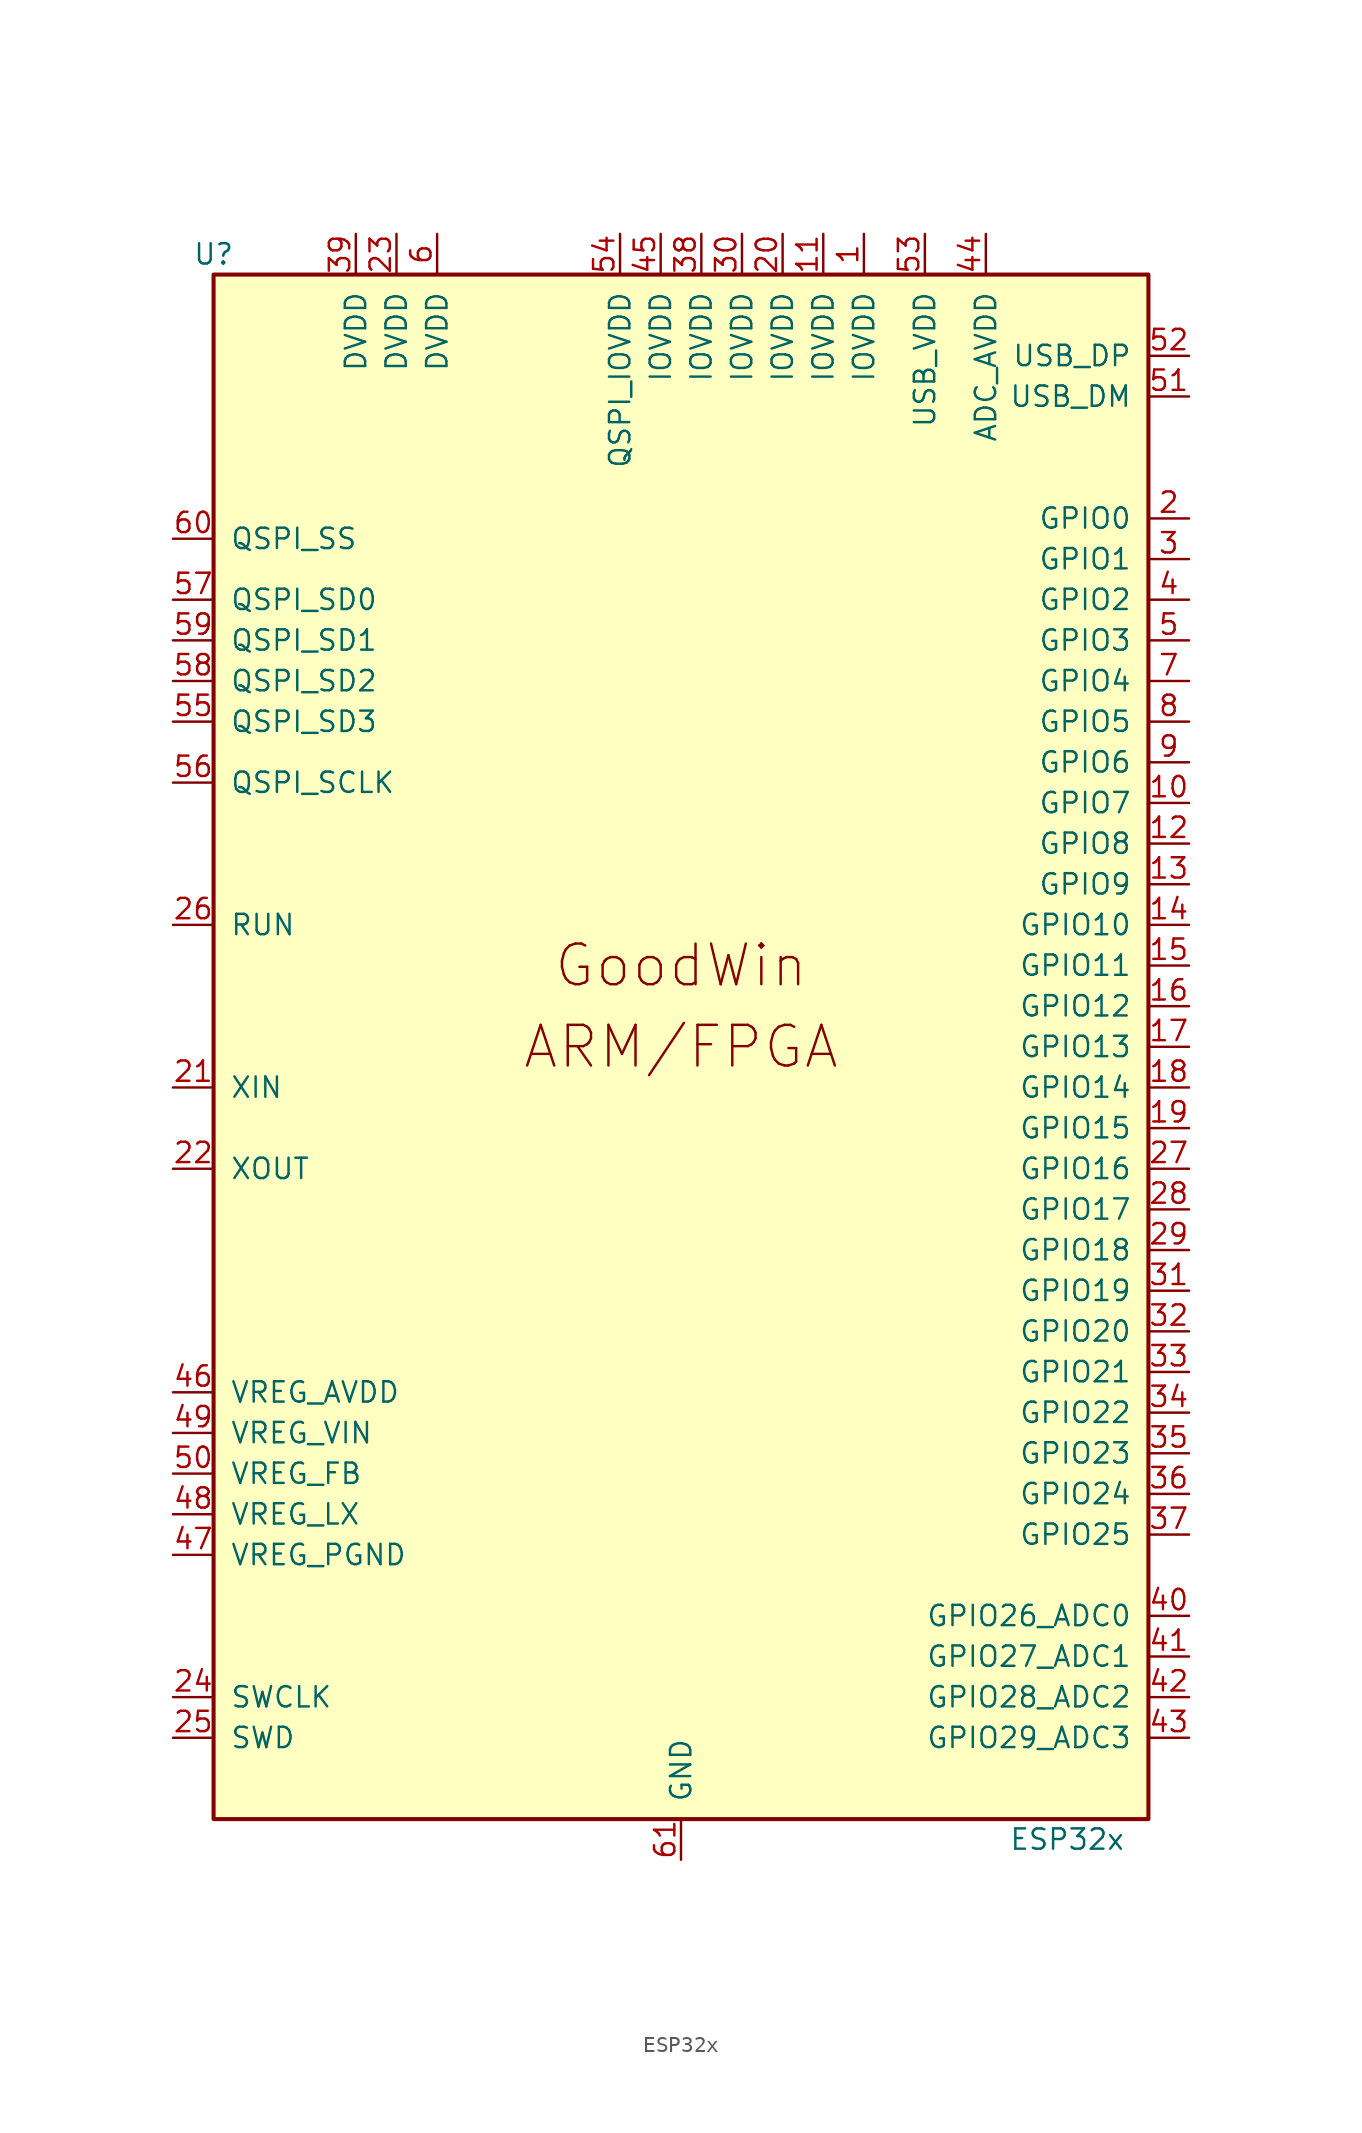
<source format=kicad_sym>
(kicad_symbol_lib
  (version 20231120)
  (generator "kicad_symbol_editor")
  (generator_version "8.0")
  (symbol "ESP32x"
    (pin_names
      (offset 1.016))
    (property "Reference" "U"
      (at -29.21 49.53 0)
      (effects (font (size 1.27 1.27))))
    (property "Value" "ESP32x"
      (at 24.13 -49.53 0)
      (effects (font (size 1.27 1.27))))
    (symbol "ESP32x_0_1"
      (rectangle (start -29.21 48.26) (end 29.21 -48.26) (stroke (width 0.254) (type solid)) (fill (type background))))
    (symbol "ESP32x_1_0"
      (text "ARM/FPGA" (at 0 0 0) (effects (font (size 2.54 2.54))))
      (text "GoodWin" (at 0 5.08 0) (effects (font (size 2.54 2.54)))))
    (symbol "ESP32x_1_1"
      (pin power_in line (at 11.43 50.8 270) (length 2.54) (name "IOVDD" (effects (font (size 1.27 1.27)))) (number "1" (effects (font (size 1.27 1.27)))))
      (pin bidirectional line (at 31.75 15.24 180) (length 2.54) (name "GPIO7" (effects (font (size 1.27 1.27)))) (number "10" (effects (font (size 1.27 1.27)))))
      (pin power_in line (at 8.89 50.8 270) (length 2.54) (name "IOVDD" (effects (font (size 1.27 1.27)))) (number "11" (effects (font (size 1.27 1.27)))))
      (pin bidirectional line (at 31.75 12.7 180) (length 2.54) (name "GPIO8" (effects (font (size 1.27 1.27)))) (number "12" (effects (font (size 1.27 1.27)))))
      (pin bidirectional line (at 31.75 10.16 180) (length 2.54) (name "GPIO9" (effects (font (size 1.27 1.27)))) (number "13" (effects (font (size 1.27 1.27)))))
      (pin bidirectional line (at 31.75 7.62 180) (length 2.54) (name "GPIO10" (effects (font (size 1.27 1.27)))) (number "14" (effects (font (size 1.27 1.27)))))
      (pin bidirectional line (at 31.75 5.08 180) (length 2.54) (name "GPIO11" (effects (font (size 1.27 1.27)))) (number "15" (effects (font (size 1.27 1.27)))))
      (pin bidirectional line (at 31.75 2.54 180) (length 2.54) (name "GPIO12" (effects (font (size 1.27 1.27)))) (number "16" (effects (font (size 1.27 1.27)))))
      (pin bidirectional line (at 31.75 0 180) (length 2.54) (name "GPIO13" (effects (font (size 1.27 1.27)))) (number "17" (effects (font (size 1.27 1.27)))))
      (pin bidirectional line (at 31.75 -2.54 180) (length 2.54) (name "GPIO14" (effects (font (size 1.27 1.27)))) (number "18" (effects (font (size 1.27 1.27)))))
      (pin bidirectional line (at 31.75 -5.08 180) (length 2.54) (name "GPIO15" (effects (font (size 1.27 1.27)))) (number "19" (effects (font (size 1.27 1.27)))))
      (pin bidirectional line (at 31.75 33.02 180) (length 2.54) (name "GPIO0" (effects (font (size 1.27 1.27)))) (number "2" (effects (font (size 1.27 1.27)))))
      (pin power_in line (at 6.35 50.8 270) (length 2.54) (name "IOVDD" (effects (font (size 1.27 1.27)))) (number "20" (effects (font (size 1.27 1.27)))))
      (pin input line (at -31.75 -2.54 0) (length 2.54) (name "XIN" (effects (font (size 1.27 1.27)))) (number "21" (effects (font (size 1.27 1.27)))))
      (pin passive line (at -31.75 -7.62 0) (length 2.54) (name "XOUT" (effects (font (size 1.27 1.27)))) (number "22" (effects (font (size 1.27 1.27)))))
      (pin power_in line (at -17.78 50.8 270) (length 2.54) (name "DVDD" (effects (font (size 1.27 1.27)))) (number "23" (effects (font (size 1.27 1.27)))))
      (pin output line (at -31.75 -40.64 0) (length 2.54) (name "SWCLK" (effects (font (size 1.27 1.27)))) (number "24" (effects (font (size 1.27 1.27)))))
      (pin bidirectional line (at -31.75 -43.18 0) (length 2.54) (name "SWD" (effects (font (size 1.27 1.27)))) (number "25" (effects (font (size 1.27 1.27)))))
      (pin input line (at -31.75 7.62 0) (length 2.54) (name "RUN" (effects (font (size 1.27 1.27)))) (number "26" (effects (font (size 1.27 1.27)))))
      (pin bidirectional line (at 31.75 -7.62 180) (length 2.54) (name "GPIO16" (effects (font (size 1.27 1.27)))) (number "27" (effects (font (size 1.27 1.27)))))
      (pin bidirectional line (at 31.75 -10.16 180) (length 2.54) (name "GPIO17" (effects (font (size 1.27 1.27)))) (number "28" (effects (font (size 1.27 1.27)))))
      (pin bidirectional line (at 31.75 -12.7 180) (length 2.54) (name "GPIO18" (effects (font (size 1.27 1.27)))) (number "29" (effects (font (size 1.27 1.27)))))
      (pin bidirectional line (at 31.75 30.48 180) (length 2.54) (name "GPIO1" (effects (font (size 1.27 1.27)))) (number "3" (effects (font (size 1.27 1.27)))))
      (pin power_in line (at 3.81 50.8 270) (length 2.54) (name "IOVDD" (effects (font (size 1.27 1.27)))) (number "30" (effects (font (size 1.27 1.27)))))
      (pin bidirectional line (at 31.75 -15.24 180) (length 2.54) (name "GPIO19" (effects (font (size 1.27 1.27)))) (number "31" (effects (font (size 1.27 1.27)))))
      (pin bidirectional line (at 31.75 -17.78 180) (length 2.54) (name "GPIO20" (effects (font (size 1.27 1.27)))) (number "32" (effects (font (size 1.27 1.27)))))
      (pin bidirectional line (at 31.75 -20.32 180) (length 2.54) (name "GPIO21" (effects (font (size 1.27 1.27)))) (number "33" (effects (font (size 1.27 1.27)))))
      (pin bidirectional line (at 31.75 -22.86 180) (length 2.54) (name "GPIO22" (effects (font (size 1.27 1.27)))) (number "34" (effects (font (size 1.27 1.27)))))
      (pin bidirectional line (at 31.75 -25.4 180) (length 2.54) (name "GPIO23" (effects (font (size 1.27 1.27)))) (number "35" (effects (font (size 1.27 1.27)))))
      (pin bidirectional line (at 31.75 -27.94 180) (length 2.54) (name "GPIO24" (effects (font (size 1.27 1.27)))) (number "36" (effects (font (size 1.27 1.27)))))
      (pin bidirectional line (at 31.75 -30.48 180) (length 2.54) (name "GPIO25" (effects (font (size 1.27 1.27)))) (number "37" (effects (font (size 1.27 1.27)))))
      (pin power_in line (at 1.27 50.8 270) (length 2.54) (name "IOVDD" (effects (font (size 1.27 1.27)))) (number "38" (effects (font (size 1.27 1.27)))))
      (pin power_in line (at -20.32 50.8 270) (length 2.54) (name "DVDD" (effects (font (size 1.27 1.27)))) (number "39" (effects (font (size 1.27 1.27)))))
      (pin bidirectional line (at 31.75 27.94 180) (length 2.54) (name "GPIO2" (effects (font (size 1.27 1.27)))) (number "4" (effects (font (size 1.27 1.27)))))
      (pin bidirectional line (at 31.75 -35.56 180) (length 2.54) (name "GPIO26_ADC0" (effects (font (size 1.27 1.27)))) (number "40" (effects (font (size 1.27 1.27)))))
      (pin bidirectional line (at 31.75 -38.1 180) (length 2.54) (name "GPIO27_ADC1" (effects (font (size 1.27 1.27)))) (number "41" (effects (font (size 1.27 1.27)))))
      (pin bidirectional line (at 31.75 -40.64 180) (length 2.54) (name "GPIO28_ADC2" (effects (font (size 1.27 1.27)))) (number "42" (effects (font (size 1.27 1.27)))))
      (pin bidirectional line (at 31.75 -43.18 180) (length 2.54) (name "GPIO29_ADC3" (effects (font (size 1.27 1.27)))) (number "43" (effects (font (size 1.27 1.27)))))
      (pin power_in line (at 19.05 50.8 270) (length 2.54) (name "ADC_AVDD" (effects (font (size 1.27 1.27)))) (number "44" (effects (font (size 1.27 1.27)))))
      (pin power_in line (at -1.27 50.8 270) (length 2.54) (name "IOVDD" (effects (font (size 1.27 1.27)))) (number "45" (effects (font (size 1.27 1.27)))))
      (pin power_in line (at -31.75 -21.59 0) (length 2.54) (name "VREG_AVDD" (effects (font (size 1.27 1.27)))) (number "46" (effects (font (size 1.27 1.27)))))
      (pin power_out line (at -31.75 -31.75 0) (length 2.54) (name "VREG_PGND" (effects (font (size 1.27 1.27)))) (number "47" (effects (font (size 1.27 1.27)))))
      (pin power_in line (at -31.75 -29.21 0) (length 2.54) (name "VREG_LX" (effects (font (size 1.27 1.27)))) (number "48" (effects (font (size 1.27 1.27)))))
      (pin power_out line (at -31.75 -24.13 0) (length 2.54) (name "VREG_VIN" (effects (font (size 1.27 1.27)))) (number "49" (effects (font (size 1.27 1.27)))))
      (pin bidirectional line (at 31.75 25.4 180) (length 2.54) (name "GPIO3" (effects (font (size 1.27 1.27)))) (number "5" (effects (font (size 1.27 1.27)))))
      (pin power_in line (at -31.75 -26.67 0) (length 2.54) (name "VREG_FB" (effects (font (size 1.27 1.27)))) (number "50" (effects (font (size 1.27 1.27)))))
      (pin bidirectional line (at 31.75 40.64 180) (length 2.54) (name "USB_DM" (effects (font (size 1.27 1.27)))) (number "51" (effects (font (size 1.27 1.27)))))
      (pin bidirectional line (at 31.75 43.18 180) (length 2.54) (name "USB_DP" (effects (font (size 1.27 1.27)))) (number "52" (effects (font (size 1.27 1.27)))))
      (pin power_in line (at 15.24 50.8 270) (length 2.54) (name "USB_VDD" (effects (font (size 1.27 1.27)))) (number "53" (effects (font (size 1.27 1.27)))))
      (pin power_in line (at -3.81 50.8 270) (length 2.54) (name "QSPI_IOVDD" (effects (font (size 1.27 1.27)))) (number "54" (effects (font (size 1.27 1.27)))))
      (pin bidirectional line (at -31.75 20.32 0) (length 2.54) (name "QSPI_SD3" (effects (font (size 1.27 1.27)))) (number "55" (effects (font (size 1.27 1.27)))))
      (pin output line (at -31.75 16.51 0) (length 2.54) (name "QSPI_SCLK" (effects (font (size 1.27 1.27)))) (number "56" (effects (font (size 1.27 1.27)))))
      (pin bidirectional line (at -31.75 27.94 0) (length 2.54) (name "QSPI_SD0" (effects (font (size 1.27 1.27)))) (number "57" (effects (font (size 1.27 1.27)))))
      (pin bidirectional line (at -31.75 22.86 0) (length 2.54) (name "QSPI_SD2" (effects (font (size 1.27 1.27)))) (number "58" (effects (font (size 1.27 1.27)))))
      (pin bidirectional line (at -31.75 25.4 0) (length 2.54) (name "QSPI_SD1" (effects (font (size 1.27 1.27)))) (number "59" (effects (font (size 1.27 1.27)))))
      (pin power_in line (at -15.24 50.8 270) (length 2.54) (name "DVDD" (effects (font (size 1.27 1.27)))) (number "6" (effects (font (size 1.27 1.27)))))
      (pin bidirectional line (at -31.75 31.75 0) (length 2.54) (name "QSPI_SS" (effects (font (size 1.27 1.27)))) (number "60" (effects (font (size 1.27 1.27)))))
      (pin power_in line (at 0 -50.8 90) (length 2.54) (name "GND" (effects (font (size 1.27 1.27)))) (number "61" (effects (font (size 1.27 1.27)))))
      (pin bidirectional line (at 31.75 22.86 180) (length 2.54) (name "GPIO4" (effects (font (size 1.27 1.27)))) (number "7" (effects (font (size 1.27 1.27)))))
      (pin bidirectional line (at 31.75 20.32 180) (length 2.54) (name "GPIO5" (effects (font (size 1.27 1.27)))) (number "8" (effects (font (size 1.27 1.27)))))
      (pin bidirectional line (at 31.75 17.78 180) (length 2.54) (name "GPIO6" (effects (font (size 1.27 1.27)))) (number "9" (effects (font (size 1.27 1.27))))))))
</source>
